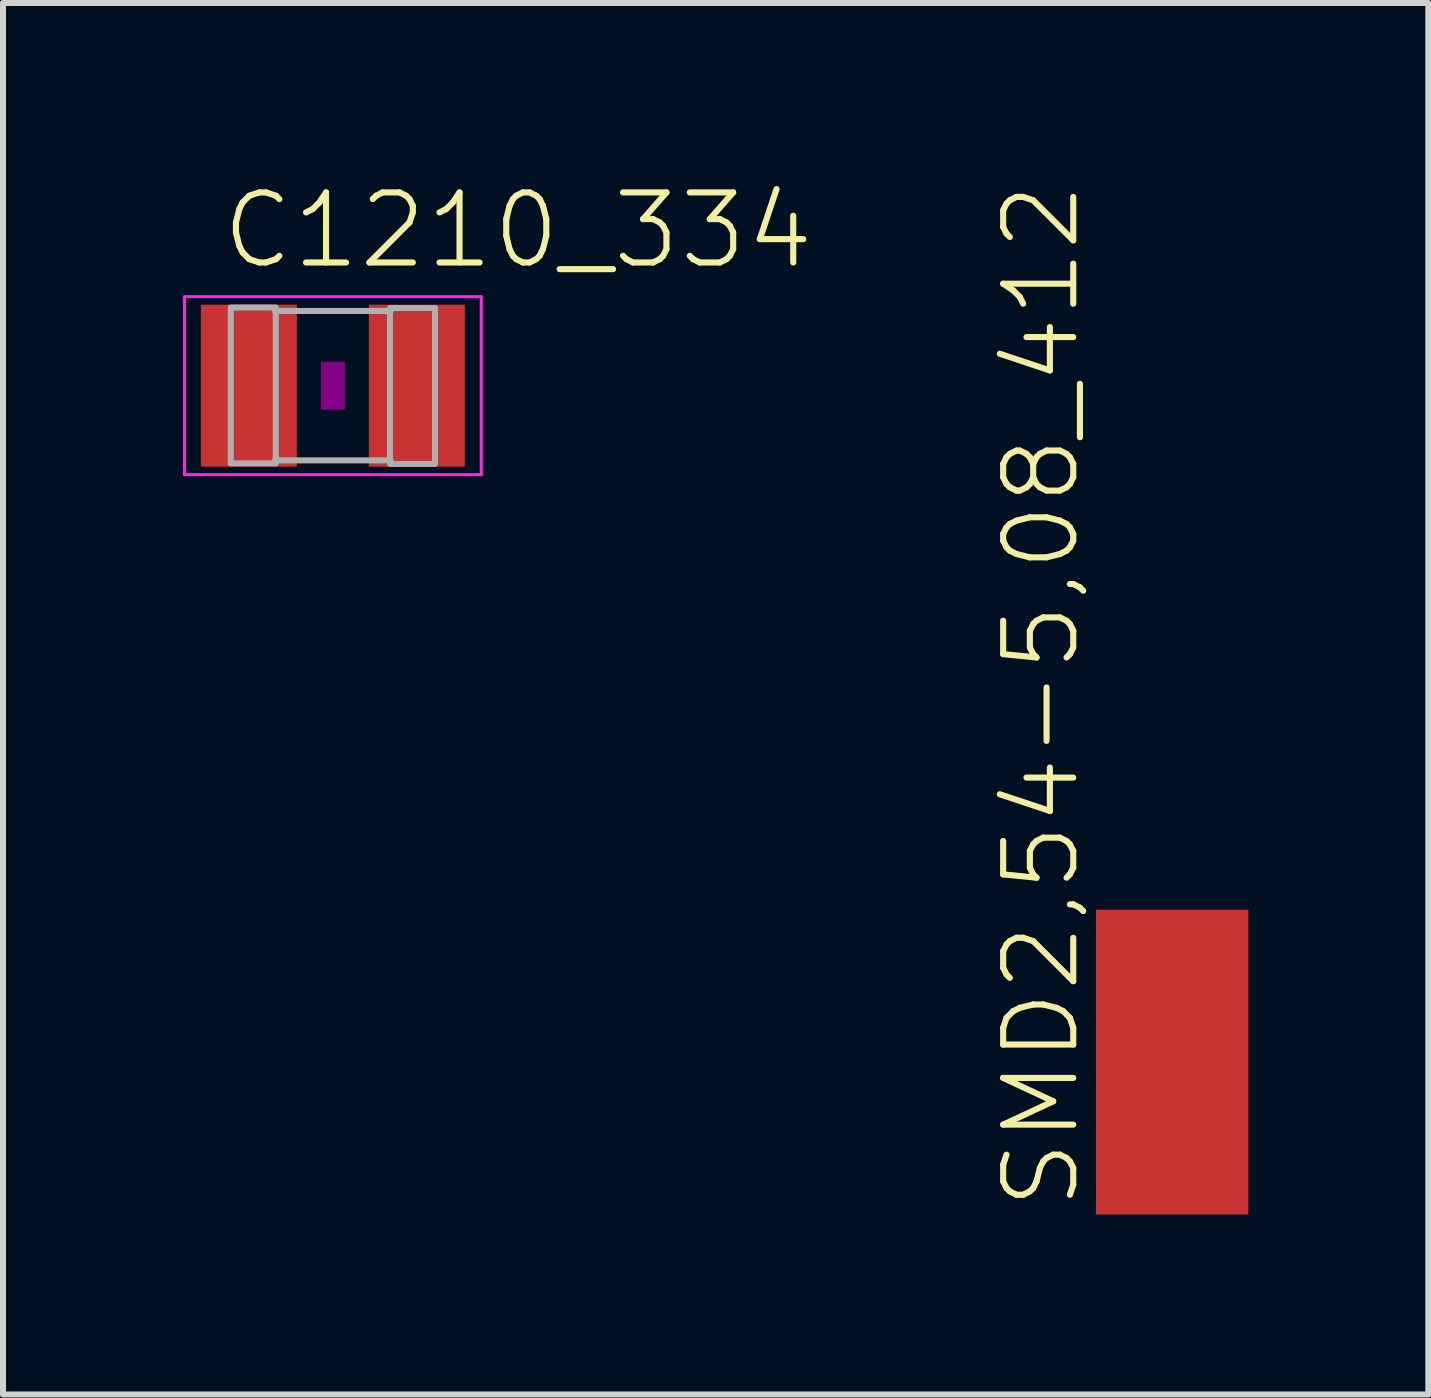
<source format=kicad_pcb>
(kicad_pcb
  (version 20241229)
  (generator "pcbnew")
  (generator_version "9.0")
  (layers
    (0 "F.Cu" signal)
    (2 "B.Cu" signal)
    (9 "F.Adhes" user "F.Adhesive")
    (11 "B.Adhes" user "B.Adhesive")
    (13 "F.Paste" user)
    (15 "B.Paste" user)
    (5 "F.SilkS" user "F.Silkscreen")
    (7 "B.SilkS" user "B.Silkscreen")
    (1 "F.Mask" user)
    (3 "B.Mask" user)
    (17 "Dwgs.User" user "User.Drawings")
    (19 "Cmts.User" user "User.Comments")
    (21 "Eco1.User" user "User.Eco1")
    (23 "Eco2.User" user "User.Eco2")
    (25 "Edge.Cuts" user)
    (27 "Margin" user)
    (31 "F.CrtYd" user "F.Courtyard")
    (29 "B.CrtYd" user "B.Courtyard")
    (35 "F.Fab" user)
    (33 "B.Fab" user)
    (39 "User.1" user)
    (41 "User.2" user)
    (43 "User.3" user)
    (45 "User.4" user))
  (footprint "SMD2,54-5,08_412"
    (layer "F.Cu")
    (at 16.486 14.652)
    (property "Reference" "SMD2,54-5,08_412" (at -1.5 2.5 90) (unlocked yes) (layer "F.SilkS") (effects (font (size 1.168 1.168) (thickness 0.102)) (justify left bottom)))
    (pad "1" smd rect (at 0 0) (size 2.54 5.08) (layers "F.Cu" "F.Mask" "F.Paste")))
  (footprint "C1210_334"
    (layer "F.Cu")
    (at 2.498 3.378)
    (property "Reference" "C1210_334" (at -1.905 -1.905 0) (unlocked yes) (layer "F.SilkS") (effects (font (size 1.168 1.168) (thickness 0.102)) (justify left bottom)))
    (fp_poly (pts (xy -0.2 0.4) (xy 0.2 0.4) (xy 0.2 -0.4) (xy -0.2 -0.4)) (stroke (width 0) (type default)) (fill yes) (layer "F.Adhes"))
    (fp_line (start -2.473 -1.483) (end 2.473 -1.483) (stroke (width 0.051) (type solid)) (layer "F.CrtYd"))
    (fp_line (start -2.473 1.483) (end -2.473 -1.483) (stroke (width 0.051) (type solid)) (layer "F.CrtYd"))
    (fp_line (start 2.473 -1.483) (end 2.473 1.483) (stroke (width 0.051) (type solid)) (layer "F.CrtYd"))
    (fp_line (start 2.473 1.483) (end -2.473 1.483) (stroke (width 0.051) (type solid)) (layer "F.CrtYd"))
    (fp_line (start -0.965 -1.245) (end 0.965 -1.245) (stroke (width 0.102) (type solid)) (layer "F.Fab"))
    (fp_line (start -0.965 1.245) (end 0.965 1.245) (stroke (width 0.102) (type solid)) (layer "F.Fab"))
    (fp_poly (pts (xy -1.702 1.295) (xy -0.952 1.295) (xy -0.952 -1.304) (xy -1.702 -1.304)) (stroke (width 0.1) (type default)) (fill no) (layer "F.Fab"))
    (fp_poly (pts (xy 0.952 1.304) (xy 1.702 1.304) (xy 1.702 -1.295) (xy 0.952 -1.295)) (stroke (width 0.1) (type default)) (fill no) (layer "F.Fab"))
    (pad "1" smd rect (at -1.4 0) (size 1.6 2.7) (layers "F.Cu" "F.Mask" "F.Paste"))
    (pad "2" smd rect (at 1.4 0) (size 1.6 2.7) (layers "F.Cu" "F.Mask" "F.Paste")))
  (gr_rect
    (start -3 -3)
    (end 20.756 20.192)
    (stroke (width 0.1) (type default))
    (fill no)
    (layer "Edge.Cuts")))
</source>
